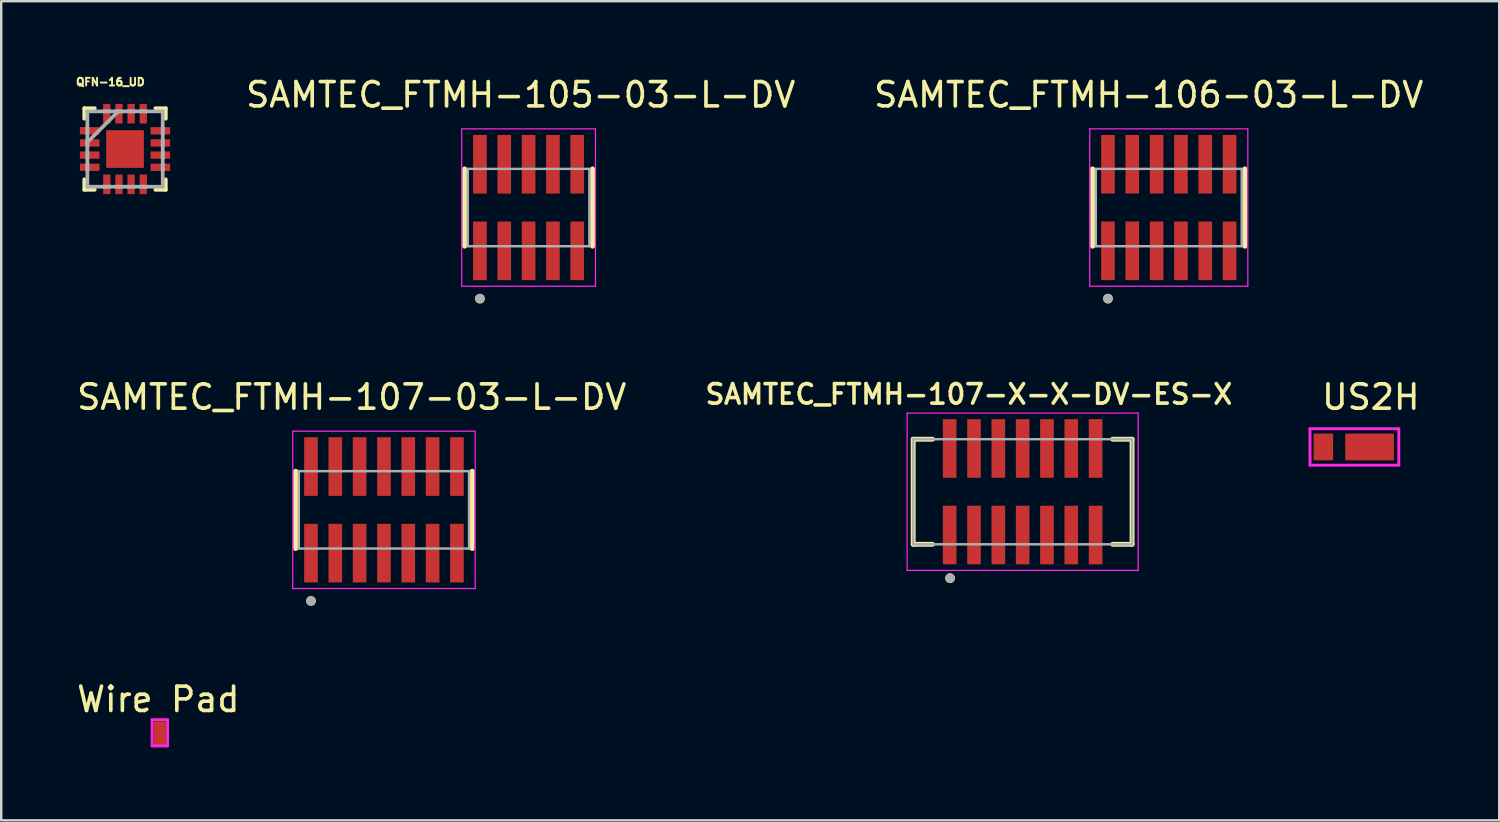
<source format=kicad_pcb>
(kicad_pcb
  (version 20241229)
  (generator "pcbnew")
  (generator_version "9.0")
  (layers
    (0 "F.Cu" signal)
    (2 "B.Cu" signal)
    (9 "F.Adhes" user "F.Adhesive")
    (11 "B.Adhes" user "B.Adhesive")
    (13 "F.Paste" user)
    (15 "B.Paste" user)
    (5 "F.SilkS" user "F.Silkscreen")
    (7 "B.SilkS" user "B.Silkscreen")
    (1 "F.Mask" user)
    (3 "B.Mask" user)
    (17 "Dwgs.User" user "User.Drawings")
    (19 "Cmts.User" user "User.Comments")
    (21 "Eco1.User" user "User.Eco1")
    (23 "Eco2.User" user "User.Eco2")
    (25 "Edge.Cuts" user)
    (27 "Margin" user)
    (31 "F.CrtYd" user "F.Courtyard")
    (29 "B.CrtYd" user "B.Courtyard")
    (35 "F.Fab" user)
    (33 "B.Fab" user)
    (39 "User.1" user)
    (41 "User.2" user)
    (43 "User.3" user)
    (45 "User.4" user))
  (footprint "SAMTEC_FTMH-105-03-L-DV"
    (layer "F.Cu")
    (at 18.682 5.483)
    (property "Reference" "SAMTEC_FTMH-105-03-L-DV" (at -0.325 -4.635 0) (layer "F.SilkS") (effects (font (size 1 1) (thickness 0.15))))
    (attr through_hole)
    (fp_line (start -2.63 1.59) (end -2.63 -1.59) (stroke (width 0.2) (type solid)) (layer "F.SilkS"))
    (fp_line (start 2.63 1.59) (end 2.63 -1.59) (stroke (width 0.2) (type solid)) (layer "F.SilkS"))
    (fp_circle (center -2 3.745) (end -1.9 3.745) (stroke (width 0.2) (type solid)) (fill no) (layer "F.SilkS"))
    (fp_line (start -2.75 -3.235) (end 2.75 -3.235) (stroke (width 0.05) (type solid)) (layer "F.CrtYd"))
    (fp_line (start -2.75 3.235) (end -2.75 -3.235) (stroke (width 0.05) (type solid)) (layer "F.CrtYd"))
    (fp_line (start 2.75 -3.235) (end 2.75 3.235) (stroke (width 0.05) (type solid)) (layer "F.CrtYd"))
    (fp_line (start 2.75 3.235) (end -2.75 3.235) (stroke (width 0.05) (type solid)) (layer "F.CrtYd"))
    (fp_line (start -2.5 -1.59) (end 2.5 -1.59) (stroke (width 0.1) (type solid)) (layer "F.Fab"))
    (fp_line (start -2.5 1.59) (end -2.5 -1.59) (stroke (width 0.1) (type solid)) (layer "F.Fab"))
    (fp_line (start 2.5 -1.59) (end 2.5 1.59) (stroke (width 0.1) (type solid)) (layer "F.Fab"))
    (fp_line (start 2.5 1.59) (end -2.5 1.59) (stroke (width 0.1) (type solid)) (layer "F.Fab"))
    (fp_circle (center -2 3.745) (end -1.9 3.745) (stroke (width 0.2) (type solid)) (fill no) (layer "F.Fab"))
    (pad "01" smd rect (at -2 1.78) (size 0.56 2.41) (layers "F.Cu" "F.Mask" "F.Paste"))
    (pad "02" smd rect (at -2 -1.78) (size 0.56 2.41) (layers "F.Cu" "F.Mask" "F.Paste"))
    (pad "03" smd rect (at -1 1.78) (size 0.56 2.41) (layers "F.Cu" "F.Mask" "F.Paste"))
    (pad "04" smd rect (at -1 -1.78) (size 0.56 2.41) (layers "F.Cu" "F.Mask" "F.Paste"))
    (pad "05" smd rect (at 0 1.78) (size 0.56 2.41) (layers "F.Cu" "F.Mask" "F.Paste"))
    (pad "06" smd rect (at 0 -1.78) (size 0.56 2.41) (layers "F.Cu" "F.Mask" "F.Paste"))
    (pad "07" smd rect (at 1 1.78) (size 0.56 2.41) (layers "F.Cu" "F.Mask" "F.Paste"))
    (pad "08" smd rect (at 1 -1.78) (size 0.56 2.41) (layers "F.Cu" "F.Mask" "F.Paste"))
    (pad "09" smd rect (at 2 1.78) (size 0.56 2.41) (layers "F.Cu" "F.Mask" "F.Paste"))
    (pad "10" smd rect (at 2 -1.78) (size 0.56 2.41) (layers "F.Cu" "F.Mask" "F.Paste")))
  (footprint "SAMTEC_FTMH-107-X-X-DV-ES-X"
    (layer "F.Cu")
    (at 38.995 17.168)
    (property "Reference" "SAMTEC_FTMH-107-X-X-DV-ES-X" (at -2.21 -4.008 0) (layer "F.SilkS") (effects (font (size 0.8 0.8) (thickness 0.15))))
    (attr through_hole)
    (fp_line (start -4.5 -2.16) (end -3.7 -2.16) (stroke (width 0.2) (type solid)) (layer "F.SilkS"))
    (fp_line (start -4.5 2.16) (end -4.5 -2.16) (stroke (width 0.2) (type solid)) (layer "F.SilkS"))
    (fp_line (start -4.5 2.16) (end -3.7 2.16) (stroke (width 0.2) (type solid)) (layer "F.SilkS"))
    (fp_line (start 4.5 -2.16) (end 3.7 -2.16) (stroke (width 0.2) (type solid)) (layer "F.SilkS"))
    (fp_line (start 4.5 -2.16) (end 4.5 2.16) (stroke (width 0.2) (type solid)) (layer "F.SilkS"))
    (fp_line (start 4.5 2.16) (end 3.7 2.16) (stroke (width 0.2) (type solid)) (layer "F.SilkS"))
    (fp_circle (center -2.984 3.554) (end -2.884 3.554) (stroke (width 0.2) (type solid)) (fill no) (layer "F.SilkS"))
    (fp_line (start -4.75 -3.235) (end -4.75 3.235) (stroke (width 0.05) (type solid)) (layer "F.CrtYd"))
    (fp_line (start -4.75 3.235) (end 4.75 3.235) (stroke (width 0.05) (type solid)) (layer "F.CrtYd"))
    (fp_line (start 4.75 -3.235) (end -4.75 -3.235) (stroke (width 0.05) (type solid)) (layer "F.CrtYd"))
    (fp_line (start 4.75 3.235) (end 4.75 -3.235) (stroke (width 0.05) (type solid)) (layer "F.CrtYd"))
    (fp_line (start -4.5 -2.16) (end 4.5 -2.16) (stroke (width 0.1) (type solid)) (layer "F.Fab"))
    (fp_line (start -4.5 2.16) (end -4.5 -2.16) (stroke (width 0.1) (type solid)) (layer "F.Fab"))
    (fp_line (start 4.5 -2.16) (end 4.5 2.16) (stroke (width 0.1) (type solid)) (layer "F.Fab"))
    (fp_line (start 4.5 2.16) (end -4.5 2.16) (stroke (width 0.1) (type solid)) (layer "F.Fab"))
    (fp_circle (center -2.984 3.554) (end -2.884 3.554) (stroke (width 0.2) (type solid)) (fill no) (layer "F.Fab"))
    (pad "01" smd rect (at -3 1.78) (size 0.56 2.41) (layers "F.Cu" "F.Mask" "F.Paste"))
    (pad "02" smd rect (at -3 -1.78) (size 0.56 2.41) (layers "F.Cu" "F.Mask" "F.Paste"))
    (pad "03" smd rect (at -2 1.78) (size 0.56 2.41) (layers "F.Cu" "F.Mask" "F.Paste"))
    (pad "04" smd rect (at -2 -1.78) (size 0.56 2.41) (layers "F.Cu" "F.Mask" "F.Paste"))
    (pad "05" smd rect (at -1 1.78) (size 0.56 2.41) (layers "F.Cu" "F.Mask" "F.Paste"))
    (pad "06" smd rect (at -1 -1.78) (size 0.56 2.41) (layers "F.Cu" "F.Mask" "F.Paste"))
    (pad "07" smd rect (at 0 1.78) (size 0.56 2.41) (layers "F.Cu" "F.Mask" "F.Paste"))
    (pad "08" smd rect (at 0 -1.78) (size 0.56 2.41) (layers "F.Cu" "F.Mask" "F.Paste"))
    (pad "09" smd rect (at 1 1.78) (size 0.56 2.41) (layers "F.Cu" "F.Mask" "F.Paste"))
    (pad "10" smd rect (at 1 -1.78) (size 0.56 2.41) (layers "F.Cu" "F.Mask" "F.Paste"))
    (pad "11" smd rect (at 2 1.78) (size 0.56 2.41) (layers "F.Cu" "F.Mask" "F.Paste"))
    (pad "12" smd rect (at 2 -1.78) (size 0.56 2.41) (layers "F.Cu" "F.Mask" "F.Paste"))
    (pad "13" smd rect (at 3 1.78) (size 0.56 2.41) (layers "F.Cu" "F.Mask" "F.Paste"))
    (pad "14" smd rect (at 3 -1.78) (size 0.56 2.41) (layers "F.Cu" "F.Mask" "F.Paste")))
  (footprint "SAMTEC_FTMH-106-03-L-DV"
    (layer "F.Cu")
    (at 45.003 5.483)
    (property "Reference" "SAMTEC_FTMH-106-03-L-DV" (at -0.825 -4.635 0) (layer "F.SilkS") (effects (font (size 1 1) (thickness 0.15))))
    (attr through_hole)
    (fp_line (start -3.13 1.59) (end -3.13 -1.59) (stroke (width 0.2) (type solid)) (layer "F.SilkS"))
    (fp_line (start 3.13 1.59) (end 3.13 -1.59) (stroke (width 0.2) (type solid)) (layer "F.SilkS"))
    (fp_circle (center -2.5 3.745) (end -2.4 3.745) (stroke (width 0.2) (type solid)) (fill no) (layer "F.SilkS"))
    (fp_line (start -3.25 -3.235) (end 3.25 -3.235) (stroke (width 0.05) (type solid)) (layer "F.CrtYd"))
    (fp_line (start -3.25 3.235) (end -3.25 -3.235) (stroke (width 0.05) (type solid)) (layer "F.CrtYd"))
    (fp_line (start 3.25 -3.235) (end 3.25 3.235) (stroke (width 0.05) (type solid)) (layer "F.CrtYd"))
    (fp_line (start 3.25 3.235) (end -3.25 3.235) (stroke (width 0.05) (type solid)) (layer "F.CrtYd"))
    (fp_line (start -3 -1.59) (end 3 -1.59) (stroke (width 0.1) (type solid)) (layer "F.Fab"))
    (fp_line (start -3 1.59) (end -3 -1.59) (stroke (width 0.1) (type solid)) (layer "F.Fab"))
    (fp_line (start 3 -1.59) (end 3 1.59) (stroke (width 0.1) (type solid)) (layer "F.Fab"))
    (fp_line (start 3 1.59) (end -3 1.59) (stroke (width 0.1) (type solid)) (layer "F.Fab"))
    (fp_circle (center -2.5 3.745) (end -2.4 3.745) (stroke (width 0.2) (type solid)) (fill no) (layer "F.Fab"))
    (pad "01" smd rect (at -2.5 1.78) (size 0.56 2.41) (layers "F.Cu" "F.Mask" "F.Paste"))
    (pad "02" smd rect (at -2.5 -1.78) (size 0.56 2.41) (layers "F.Cu" "F.Mask" "F.Paste"))
    (pad "03" smd rect (at -1.5 1.78) (size 0.56 2.41) (layers "F.Cu" "F.Mask" "F.Paste"))
    (pad "04" smd rect (at -1.5 -1.78) (size 0.56 2.41) (layers "F.Cu" "F.Mask" "F.Paste"))
    (pad "05" smd rect (at -0.5 1.78) (size 0.56 2.41) (layers "F.Cu" "F.Mask" "F.Paste"))
    (pad "06" smd rect (at -0.5 -1.78) (size 0.56 2.41) (layers "F.Cu" "F.Mask" "F.Paste"))
    (pad "07" smd rect (at 0.5 1.78) (size 0.56 2.41) (layers "F.Cu" "F.Mask" "F.Paste"))
    (pad "08" smd rect (at 0.5 -1.78) (size 0.56 2.41) (layers "F.Cu" "F.Mask" "F.Paste"))
    (pad "09" smd rect (at 1.5 1.78) (size 0.56 2.41) (layers "F.Cu" "F.Mask" "F.Paste"))
    (pad "10" smd rect (at 1.5 -1.78) (size 0.56 2.41) (layers "F.Cu" "F.Mask" "F.Paste"))
    (pad "11" smd rect (at 2.5 1.78) (size 0.56 2.41) (layers "F.Cu" "F.Mask" "F.Paste"))
    (pad "12" smd rect (at 2.5 -1.78) (size 0.56 2.41) (layers "F.Cu" "F.Mask" "F.Paste")))
  (footprint "SAMTEC_FTMH-107-03-L-DV"
    (layer "F.Cu")
    (at 12.736 17.912)
    (property "Reference" "SAMTEC_FTMH-107-03-L-DV" (at -1.325 -4.635 0) (layer "F.SilkS") (effects (font (size 1 1) (thickness 0.15))))
    (attr through_hole)
    (fp_line (start -3.63 1.59) (end -3.63 -1.59) (stroke (width 0.2) (type solid)) (layer "F.SilkS"))
    (fp_line (start 3.63 1.59) (end 3.63 -1.59) (stroke (width 0.2) (type solid)) (layer "F.SilkS"))
    (fp_circle (center -3 3.745) (end -2.9 3.745) (stroke (width 0.2) (type solid)) (fill no) (layer "F.SilkS"))
    (fp_line (start -3.75 -3.235) (end 3.75 -3.235) (stroke (width 0.05) (type solid)) (layer "F.CrtYd"))
    (fp_line (start -3.75 3.235) (end -3.75 -3.235) (stroke (width 0.05) (type solid)) (layer "F.CrtYd"))
    (fp_line (start 3.75 -3.235) (end 3.75 3.235) (stroke (width 0.05) (type solid)) (layer "F.CrtYd"))
    (fp_line (start 3.75 3.235) (end -3.75 3.235) (stroke (width 0.05) (type solid)) (layer "F.CrtYd"))
    (fp_line (start -3.5 -1.59) (end 3.5 -1.59) (stroke (width 0.1) (type solid)) (layer "F.Fab"))
    (fp_line (start -3.5 1.59) (end -3.5 -1.59) (stroke (width 0.1) (type solid)) (layer "F.Fab"))
    (fp_line (start 3.5 -1.59) (end 3.5 1.59) (stroke (width 0.1) (type solid)) (layer "F.Fab"))
    (fp_line (start 3.5 1.59) (end -3.5 1.59) (stroke (width 0.1) (type solid)) (layer "F.Fab"))
    (fp_circle (center -3 3.745) (end -2.9 3.745) (stroke (width 0.2) (type solid)) (fill no) (layer "F.Fab"))
    (pad "01" smd rect (at -3 1.78) (size 0.56 2.41) (layers "F.Cu" "F.Mask" "F.Paste"))
    (pad "02" smd rect (at -3 -1.78) (size 0.56 2.41) (layers "F.Cu" "F.Mask" "F.Paste"))
    (pad "03" smd rect (at -2 1.78) (size 0.56 2.41) (layers "F.Cu" "F.Mask" "F.Paste"))
    (pad "04" smd rect (at -2 -1.78) (size 0.56 2.41) (layers "F.Cu" "F.Mask" "F.Paste"))
    (pad "05" smd rect (at -1 1.78) (size 0.56 2.41) (layers "F.Cu" "F.Mask" "F.Paste"))
    (pad "06" smd rect (at -1 -1.78) (size 0.56 2.41) (layers "F.Cu" "F.Mask" "F.Paste"))
    (pad "07" smd rect (at 0 1.78) (size 0.56 2.41) (layers "F.Cu" "F.Mask" "F.Paste"))
    (pad "08" smd rect (at 0 -1.78) (size 0.56 2.41) (layers "F.Cu" "F.Mask" "F.Paste"))
    (pad "09" smd rect (at 1 1.78) (size 0.56 2.41) (layers "F.Cu" "F.Mask" "F.Paste"))
    (pad "10" smd rect (at 1 -1.78) (size 0.56 2.41) (layers "F.Cu" "F.Mask" "F.Paste"))
    (pad "11" smd rect (at 2 1.78) (size 0.56 2.41) (layers "F.Cu" "F.Mask" "F.Paste"))
    (pad "12" smd rect (at 2 -1.78) (size 0.56 2.41) (layers "F.Cu" "F.Mask" "F.Paste"))
    (pad "13" smd rect (at 3 1.78) (size 0.56 2.41) (layers "F.Cu" "F.Mask" "F.Paste"))
    (pad "14" smd rect (at 3 -1.78) (size 0.56 2.41) (layers "F.Cu" "F.Mask" "F.Paste")))
  (footprint "Wire Pad"
    (layer "F.Cu")
    (at 3.458 25.205)
    (property "Reference" "Wire Pad" (at 0 0.5 0) (layer "F.SilkS") (effects (font (size 1 1) (thickness 0.15))))
    (attr through_hole)
    (fp_line (start -0.254 1.333) (end 0.381 1.333) (stroke (width 0.12) (type solid)) (layer "F.CrtYd"))
    (fp_line (start -0.254 2.413) (end -0.254 1.333) (stroke (width 0.12) (type solid)) (layer "F.CrtYd"))
    (fp_line (start 0.381 1.333) (end 0.381 2.413) (stroke (width 0.12) (type solid)) (layer "F.CrtYd"))
    (fp_line (start 0.381 2.413) (end -0.254 2.413) (stroke (width 0.12) (type solid)) (layer "F.CrtYd"))
    (pad "1" smd rect (at 0.064 1.905) (size 0.5 1) (layers "F.Cu" "F.Mask" "F.Paste")))
  (footprint "QFN-16_UD"
    (layer "F.Cu")
    (at 2.091 3.077)
    (property "Reference" "QFN-16_UD" (at -0.602 -2.755 0) (layer "F.SilkS") (effects (font (size 0.315 0.315) (thickness 0.15))))
    (attr through_hole)
    (fp_line (start -1.676 -1.676) (end -1.676 -1.245) (stroke (width 0.152) (type solid)) (layer "F.SilkS"))
    (fp_line (start -1.676 1.245) (end -1.676 1.676) (stroke (width 0.152) (type solid)) (layer "F.SilkS"))
    (fp_line (start -1.676 1.676) (end -1.245 1.676) (stroke (width 0.152) (type solid)) (layer "F.SilkS"))
    (fp_line (start -1.245 -1.676) (end -1.676 -1.676) (stroke (width 0.152) (type solid)) (layer "F.SilkS"))
    (fp_line (start 1.245 1.676) (end 1.676 1.676) (stroke (width 0.152) (type solid)) (layer "F.SilkS"))
    (fp_line (start 1.676 -1.676) (end 1.245 -1.676) (stroke (width 0.152) (type solid)) (layer "F.SilkS"))
    (fp_line (start 1.676 -1.245) (end 1.676 -1.676) (stroke (width 0.152) (type solid)) (layer "F.SilkS"))
    (fp_line (start 1.676 1.676) (end 1.676 1.245) (stroke (width 0.152) (type solid)) (layer "F.SilkS"))
    (fp_poly (pts (xy -0.775 -0.775) (xy -0.775 0.775) (xy 0.775 0.775) (xy 0.775 -0.775)) (stroke (width 0.025) (type solid)) (fill yes) (layer "F.Paste"))
    (fp_line (start -1.549 -1.549) (end -1.549 1.549) (stroke (width 0.152) (type solid)) (layer "F.Fab"))
    (fp_line (start -1.549 -0.889) (end -1.549 -0.61) (stroke (width 0.152) (type solid)) (layer "F.Fab"))
    (fp_line (start -1.549 -0.406) (end -1.549 -0.102) (stroke (width 0.152) (type solid)) (layer "F.Fab"))
    (fp_line (start -1.549 -0.279) (end -0.279 -1.549) (stroke (width 0.152) (type solid)) (layer "F.Fab"))
    (fp_line (start -1.549 0.102) (end -1.549 0.406) (stroke (width 0.152) (type solid)) (layer "F.Fab"))
    (fp_line (start -1.549 0.61) (end -1.549 0.889) (stroke (width 0.152) (type solid)) (layer "F.Fab"))
    (fp_line (start -1.549 1.549) (end 1.549 1.549) (stroke (width 0.152) (type solid)) (layer "F.Fab"))
    (fp_line (start -0.889 1.549) (end -0.61 1.549) (stroke (width 0.152) (type solid)) (layer "F.Fab"))
    (fp_line (start -0.61 -1.549) (end -0.889 -1.549) (stroke (width 0.152) (type solid)) (layer "F.Fab"))
    (fp_line (start -0.406 1.549) (end -0.102 1.549) (stroke (width 0.152) (type solid)) (layer "F.Fab"))
    (fp_line (start -0.102 -1.549) (end -0.406 -1.549) (stroke (width 0.152) (type solid)) (layer "F.Fab"))
    (fp_line (start 0.102 1.549) (end 0.406 1.549) (stroke (width 0.152) (type solid)) (layer "F.Fab"))
    (fp_line (start 0.406 -1.549) (end 0.102 -1.549) (stroke (width 0.152) (type solid)) (layer "F.Fab"))
    (fp_line (start 0.61 1.549) (end 0.889 1.549) (stroke (width 0.152) (type solid)) (layer "F.Fab"))
    (fp_line (start 0.889 -1.549) (end 0.61 -1.549) (stroke (width 0.152) (type solid)) (layer "F.Fab"))
    (fp_line (start 1.549 -1.549) (end -1.549 -1.549) (stroke (width 0.152) (type solid)) (layer "F.Fab"))
    (fp_line (start 1.549 -0.61) (end 1.549 -0.889) (stroke (width 0.152) (type solid)) (layer "F.Fab"))
    (fp_line (start 1.549 -0.102) (end 1.549 -0.406) (stroke (width 0.152) (type solid)) (layer "F.Fab"))
    (fp_line (start 1.549 0.406) (end 1.549 0.102) (stroke (width 0.152) (type solid)) (layer "F.Fab"))
    (fp_line (start 1.549 0.889) (end 1.549 0.61) (stroke (width 0.152) (type solid)) (layer "F.Fab"))
    (fp_line (start 1.549 1.549) (end 1.549 -1.549) (stroke (width 0.152) (type solid)) (layer "F.Fab"))
    (pad "1" smd rect (at -1.452 -0.75) (size 0.805 0.3) (layers "F.Cu" "F.Mask" "F.Paste"))
    (pad "2" smd rect (at -1.452 -0.25) (size 0.805 0.3) (layers "F.Cu" "F.Mask" "F.Paste"))
    (pad "3" smd rect (at -1.452 0.25) (size 0.805 0.3) (layers "F.Cu" "F.Mask" "F.Paste"))
    (pad "4" smd rect (at -1.452 0.75) (size 0.805 0.3) (layers "F.Cu" "F.Mask" "F.Paste"))
    (pad "5" smd rect (at -0.75 1.452) (size 0.3 0.805) (layers "F.Cu" "F.Mask" "F.Paste"))
    (pad "6" smd rect (at -0.25 1.452) (size 0.3 0.805) (layers "F.Cu" "F.Mask" "F.Paste"))
    (pad "7" smd rect (at 0.25 1.452) (size 0.3 0.805) (layers "F.Cu" "F.Mask" "F.Paste"))
    (pad "8" smd rect (at 0.75 1.452) (size 0.3 0.805) (layers "F.Cu" "F.Mask" "F.Paste"))
    (pad "9" smd rect (at 1.452 0.75) (size 0.805 0.3) (layers "F.Cu" "F.Mask" "F.Paste"))
    (pad "10" smd rect (at 1.452 0.25) (size 0.805 0.3) (layers "F.Cu" "F.Mask" "F.Paste"))
    (pad "11" smd rect (at 1.452 -0.25) (size 0.805 0.3) (layers "F.Cu" "F.Mask" "F.Paste"))
    (pad "12" smd rect (at 1.452 -0.75) (size 0.805 0.3) (layers "F.Cu" "F.Mask" "F.Paste"))
    (pad "13" smd rect (at 0.75 -1.452) (size 0.3 0.805) (layers "F.Cu" "F.Mask" "F.Paste"))
    (pad "14" smd rect (at 0.25 -1.452) (size 0.3 0.805) (layers "F.Cu" "F.Mask" "F.Paste"))
    (pad "15" smd rect (at -0.25 -1.452) (size 0.3 0.805) (layers "F.Cu" "F.Mask" "F.Paste"))
    (pad "16" smd rect (at -0.75 -1.452) (size 0.3 0.805) (layers "F.Cu" "F.Mask" "F.Paste"))
    (pad "17" smd rect (at 0 0) (size 1.55 1.55) (layers "F.Cu" "F.Mask")))
  (footprint "US2H"
    (layer "F.Cu")
    (at 51.36 15.326)
    (property "Reference" "US2H" (at 1.95 -2.05 0) (layer "F.SilkS") (effects (font (size 1 1) (thickness 0.15))))
    (attr through_hole)
    (fp_line (start -0.55 -0.75) (end 3.1 -0.75) (stroke (width 0.12) (type solid)) (layer "F.CrtYd"))
    (fp_line (start -0.55 0.75) (end -0.55 -0.75) (stroke (width 0.12) (type solid)) (layer "F.CrtYd"))
    (fp_line (start 3.1 -0.75) (end 3.1 0.75) (stroke (width 0.12) (type solid)) (layer "F.CrtYd"))
    (fp_line (start 3.1 0.75) (end -0.55 0.75) (stroke (width 0.12) (type solid)) (layer "F.CrtYd"))
    (pad "1" smd rect (at 0 0) (size 0.8 1.1) (layers "F.Cu" "F.Mask" "F.Paste"))
    (pad "2" smd rect (at 1.9 0) (size 2 1.1) (layers "F.Cu" "F.Mask" "F.Paste")))
  (gr_rect
    (start -3 -3)
    (end 58.589 30.678)
    (stroke (width 0.1) (type default))
    (fill no)
    (layer "Edge.Cuts")))
</source>
